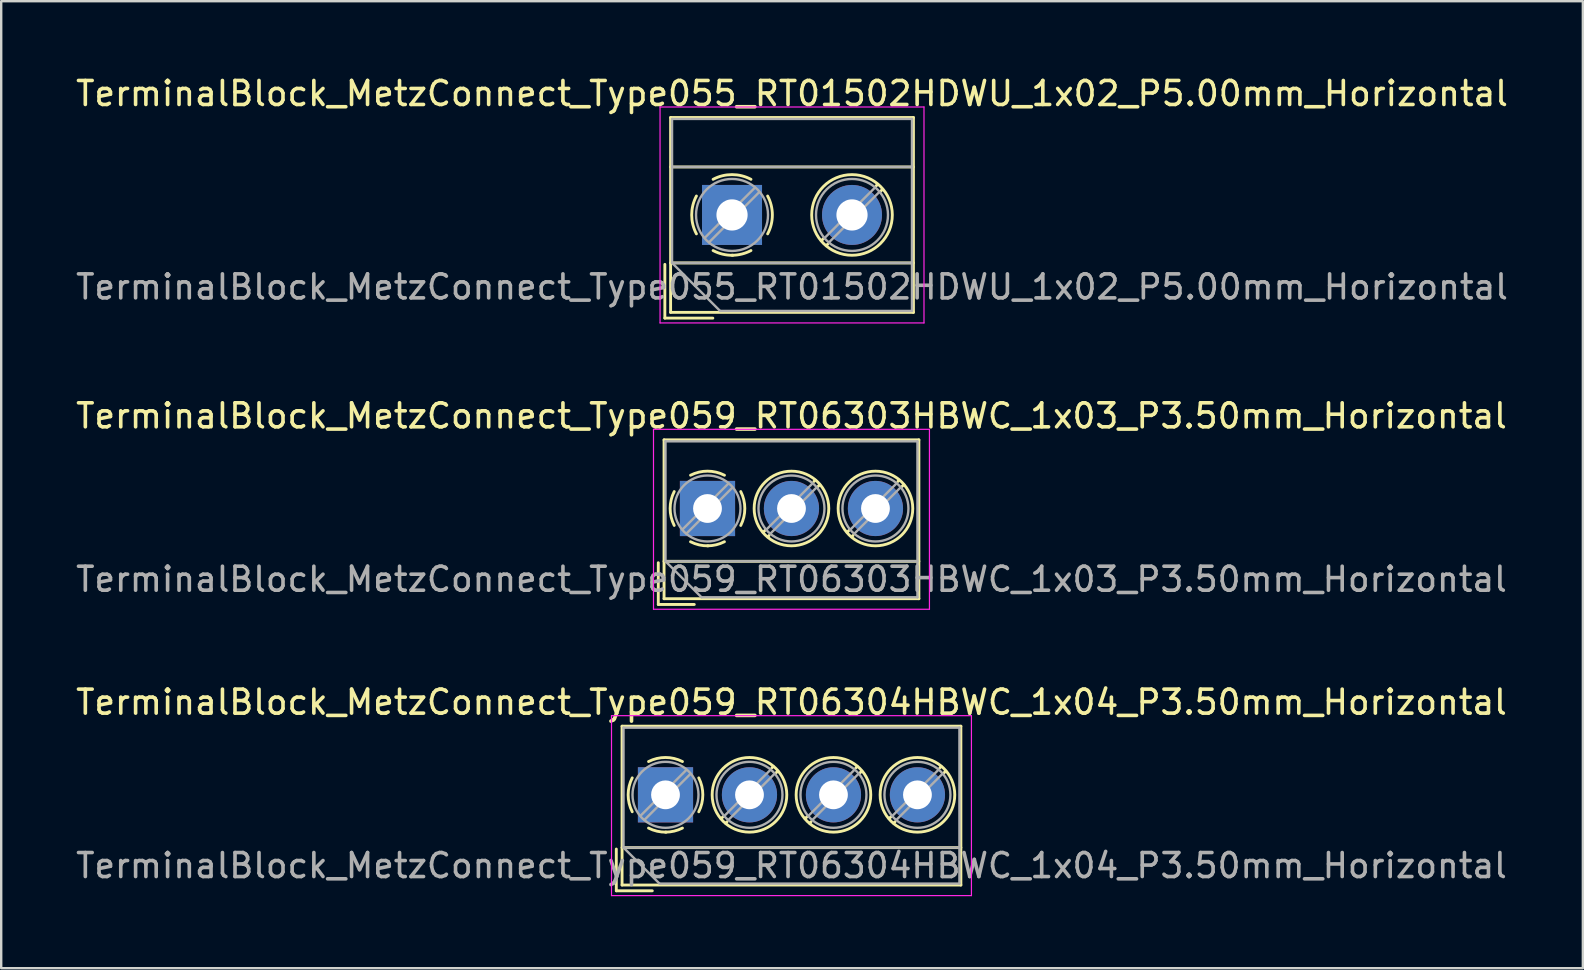
<source format=kicad_pcb>
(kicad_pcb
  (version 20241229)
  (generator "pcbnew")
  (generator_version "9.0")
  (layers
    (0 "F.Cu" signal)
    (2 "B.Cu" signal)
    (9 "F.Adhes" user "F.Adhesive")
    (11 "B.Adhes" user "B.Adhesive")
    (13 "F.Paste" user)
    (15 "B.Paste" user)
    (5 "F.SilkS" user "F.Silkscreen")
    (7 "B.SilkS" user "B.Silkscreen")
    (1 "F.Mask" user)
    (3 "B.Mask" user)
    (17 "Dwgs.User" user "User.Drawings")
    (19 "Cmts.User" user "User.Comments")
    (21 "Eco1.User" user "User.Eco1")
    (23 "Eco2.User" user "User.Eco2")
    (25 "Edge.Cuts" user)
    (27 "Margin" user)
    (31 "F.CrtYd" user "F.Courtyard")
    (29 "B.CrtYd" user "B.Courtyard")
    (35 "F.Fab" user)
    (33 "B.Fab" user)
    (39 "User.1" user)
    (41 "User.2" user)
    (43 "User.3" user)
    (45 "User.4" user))
  (footprint "TerminalBlock_MetzConnect_Type055_RT01502HDWU_1x02_P5.00mm_Horizontal"
    (layer "F.Cu")
    (at 27.458 5.908)
    (property "Reference" "TerminalBlock_MetzConnect_Type055_RT01502HDWU_1x02_P5.00mm_Horizontal" (at 2.5 -5.06 0) (layer "F.SilkS") (effects (font (size 1 1) (thickness 0.15))))
    (attr through_hole)
    (fp_line (start -2.8 2.06) (end -2.8 4.3) (stroke (width 0.12) (type solid)) (layer "F.SilkS"))
    (fp_line (start -2.8 4.3) (end -0.8 4.3) (stroke (width 0.12) (type solid)) (layer "F.SilkS"))
    (fp_line (start -2.56 -4.06) (end -2.56 4.06) (stroke (width 0.12) (type solid)) (layer "F.SilkS"))
    (fp_line (start -2.56 -4.06) (end 7.56 -4.06) (stroke (width 0.12) (type solid)) (layer "F.SilkS"))
    (fp_line (start -2.56 -2) (end 7.56 -2) (stroke (width 0.12) (type solid)) (layer "F.SilkS"))
    (fp_line (start -2.56 2) (end 7.56 2) (stroke (width 0.12) (type solid)) (layer "F.SilkS"))
    (fp_line (start -2.56 4.06) (end 7.56 4.06) (stroke (width 0.12) (type solid)) (layer "F.SilkS"))
    (fp_line (start 3.82 0.976) (end 3.726 1.069) (stroke (width 0.12) (type solid)) (layer "F.SilkS"))
    (fp_line (start 3.99 1.216) (end 3.931 1.274) (stroke (width 0.12) (type solid)) (layer "F.SilkS"))
    (fp_line (start 6.07 -1.275) (end 6.011 -1.216) (stroke (width 0.12) (type solid)) (layer "F.SilkS"))
    (fp_line (start 6.275 -1.069) (end 6.181 -0.976) (stroke (width 0.12) (type solid)) (layer "F.SilkS"))
    (fp_line (start 7.56 -4.06) (end 7.56 4.06) (stroke (width 0.12) (type solid)) (layer "F.SilkS"))
    (fp_arc (start -1.483953 0.789089) (mid -1.680708 0.00005) (end -1.484 -0.789) (stroke (width 0.12) (type solid)) (layer "F.SilkS"))
    (fp_arc (start -0.789089 -1.483953) (mid -0.00005 -1.680708) (end 0.789 -1.484) (stroke (width 0.12) (type solid)) (layer "F.SilkS"))
    (fp_arc (start 0.029383 1.68045) (mid -0.392304 1.634281) (end -0.789 1.484) (stroke (width 0.12) (type solid)) (layer "F.SilkS"))
    (fp_arc (start 0.788712 1.483352) (mid 0.406429 1.630097) (end 0 1.68) (stroke (width 0.12) (type solid)) (layer "F.SilkS"))
    (fp_arc (start 1.483953 -0.789089) (mid 1.680708 -0.00005) (end 1.484 0.789) (stroke (width 0.12) (type solid)) (layer "F.SilkS"))
    (fp_circle (center 5 0) (end 6.68 0) (stroke (width 0.12) (type solid)) (fill no) (layer "F.SilkS"))
    (fp_line (start -3 -4.5) (end -3 4.5) (stroke (width 0.05) (type solid)) (layer "F.CrtYd"))
    (fp_line (start -3 4.5) (end 8 4.5) (stroke (width 0.05) (type solid)) (layer "F.CrtYd"))
    (fp_line (start 8 -4.5) (end -3 -4.5) (stroke (width 0.05) (type solid)) (layer "F.CrtYd"))
    (fp_line (start 8 4.5) (end 8 -4.5) (stroke (width 0.05) (type solid)) (layer "F.CrtYd"))
    (fp_line (start -2.5 -4) (end 7.5 -4) (stroke (width 0.1) (type solid)) (layer "F.Fab"))
    (fp_line (start -2.5 -2) (end 7.5 -2) (stroke (width 0.1) (type solid)) (layer "F.Fab"))
    (fp_line (start -2.5 2) (end -2.5 -4) (stroke (width 0.1) (type solid)) (layer "F.Fab"))
    (fp_line (start -2.5 2) (end 7.5 2) (stroke (width 0.1) (type solid)) (layer "F.Fab"))
    (fp_line (start -0.5 4) (end -2.5 2) (stroke (width 0.1) (type solid)) (layer "F.Fab"))
    (fp_line (start 0.955 -1.138) (end -1.138 0.955) (stroke (width 0.1) (type solid)) (layer "F.Fab"))
    (fp_line (start 1.138 -0.955) (end -0.955 1.138) (stroke (width 0.1) (type solid)) (layer "F.Fab"))
    (fp_line (start 5.955 -1.138) (end 3.863 0.955) (stroke (width 0.1) (type solid)) (layer "F.Fab"))
    (fp_line (start 6.138 -0.955) (end 4.046 1.138) (stroke (width 0.1) (type solid)) (layer "F.Fab"))
    (fp_line (start 7.5 -4) (end 7.5 4) (stroke (width 0.1) (type solid)) (layer "F.Fab"))
    (fp_line (start 7.5 4) (end -0.5 4) (stroke (width 0.1) (type solid)) (layer "F.Fab"))
    (fp_circle (center 0 0) (end 1.5 0) (stroke (width 0.1) (type solid)) (fill no) (layer "F.Fab"))
    (fp_circle (center 5 0) (end 6.5 0) (stroke (width 0.1) (type solid)) (fill no) (layer "F.Fab"))
    (fp_text user "${REFERENCE}" (at 2.5 3 0) (layer "F.Fab") (effects (font (size 1 1) (thickness 0.15))))
    (pad "1" thru_hole rect (at 0 0) (size 2.5 2.5) (drill 1.3) (layers "*.Cu" "*.Mask"))
    (pad "2" thru_hole circle (at 5 0) (size 2.5 2.5) (drill 1.3) (layers "*.Cu" "*.Mask")))
  (footprint "TerminalBlock_MetzConnect_Type059_RT06303HBWC_1x03_P3.50mm_Horizontal"
    (layer "F.Cu")
    (at 26.435 18.142)
    (property "Reference" "TerminalBlock_MetzConnect_Type059_RT06303HBWC_1x03_P3.50mm_Horizontal" (at 3.5 -3.86 0) (layer "F.SilkS") (effects (font (size 1 1) (thickness 0.15))))
    (attr through_hole)
    (fp_line (start -2.05 2.26) (end -2.05 4) (stroke (width 0.12) (type solid)) (layer "F.SilkS"))
    (fp_line (start -2.05 4) (end -0.55 4) (stroke (width 0.12) (type solid)) (layer "F.SilkS"))
    (fp_line (start -1.81 -2.86) (end -1.81 3.76) (stroke (width 0.12) (type solid)) (layer "F.SilkS"))
    (fp_line (start -1.81 -2.86) (end 8.81 -2.86) (stroke (width 0.12) (type solid)) (layer "F.SilkS"))
    (fp_line (start -1.81 2.2) (end 8.81 2.2) (stroke (width 0.12) (type solid)) (layer "F.SilkS"))
    (fp_line (start -1.81 3.76) (end 8.81 3.76) (stroke (width 0.12) (type solid)) (layer "F.SilkS"))
    (fp_line (start 2.397 0.914) (end 2.321 0.99) (stroke (width 0.12) (type solid)) (layer "F.SilkS"))
    (fp_line (start 2.565 1.125) (end 2.511 1.18) (stroke (width 0.12) (type solid)) (layer "F.SilkS"))
    (fp_line (start 4.49 -1.18) (end 4.436 -1.126) (stroke (width 0.12) (type solid)) (layer "F.SilkS"))
    (fp_line (start 4.68 -0.99) (end 4.604 -0.914) (stroke (width 0.12) (type solid)) (layer "F.SilkS"))
    (fp_line (start 5.897 0.914) (end 5.821 0.99) (stroke (width 0.12) (type solid)) (layer "F.SilkS"))
    (fp_line (start 6.065 1.125) (end 6.011 1.18) (stroke (width 0.12) (type solid)) (layer "F.SilkS"))
    (fp_line (start 7.99 -1.18) (end 7.936 -1.126) (stroke (width 0.12) (type solid)) (layer "F.SilkS"))
    (fp_line (start 8.18 -0.99) (end 8.104 -0.914) (stroke (width 0.12) (type solid)) (layer "F.SilkS"))
    (fp_line (start 8.81 -2.86) (end 8.81 3.76) (stroke (width 0.12) (type solid)) (layer "F.SilkS"))
    (fp_arc (start -1.386645 0.705733) (mid -1.555906 -0.000711) (end -1.386 -0.707) (stroke (width 0.12) (type solid)) (layer "F.SilkS"))
    (fp_arc (start -0.705733 -1.386645) (mid 0.000711 -1.555906) (end 0.707 -1.386) (stroke (width 0.12) (type solid)) (layer "F.SilkS"))
    (fp_arc (start 0.026444 1.555682) (mid -0.350695 1.515869) (end -0.707 1.386) (stroke (width 0.12) (type solid)) (layer "F.SilkS"))
    (fp_arc (start 0.705955 1.385515) (mid 0.363007 1.512035) (end 0 1.555) (stroke (width 0.12) (type solid)) (layer "F.SilkS"))
    (fp_arc (start 1.386645 -0.705733) (mid 1.555906 0.000711) (end 1.386 0.707) (stroke (width 0.12) (type solid)) (layer "F.SilkS"))
    (fp_circle (center 3.5 0) (end 5.055 0) (stroke (width 0.12) (type solid)) (fill no) (layer "F.SilkS"))
    (fp_circle (center 7 0) (end 8.555 0) (stroke (width 0.12) (type solid)) (fill no) (layer "F.SilkS"))
    (fp_line (start -2.25 -3.3) (end -2.25 4.2) (stroke (width 0.05) (type solid)) (layer "F.CrtYd"))
    (fp_line (start -2.25 4.2) (end 9.25 4.2) (stroke (width 0.05) (type solid)) (layer "F.CrtYd"))
    (fp_line (start 9.25 -3.3) (end -2.25 -3.3) (stroke (width 0.05) (type solid)) (layer "F.CrtYd"))
    (fp_line (start 9.25 4.2) (end 9.25 -3.3) (stroke (width 0.05) (type solid)) (layer "F.CrtYd"))
    (fp_line (start -1.75 -2.8) (end 8.75 -2.8) (stroke (width 0.1) (type solid)) (layer "F.Fab"))
    (fp_line (start -1.75 2.2) (end -1.75 -2.8) (stroke (width 0.1) (type solid)) (layer "F.Fab"))
    (fp_line (start -1.75 2.2) (end 8.75 2.2) (stroke (width 0.1) (type solid)) (layer "F.Fab"))
    (fp_line (start -0.25 3.7) (end -1.75 2.2) (stroke (width 0.1) (type solid)) (layer "F.Fab"))
    (fp_line (start 0.876 -1.043) (end -1.043 0.875) (stroke (width 0.1) (type solid)) (layer "F.Fab"))
    (fp_line (start 1.043 -0.875) (end -0.876 1.043) (stroke (width 0.1) (type solid)) (layer "F.Fab"))
    (fp_line (start 4.376 -1.043) (end 2.458 0.875) (stroke (width 0.1) (type solid)) (layer "F.Fab"))
    (fp_line (start 4.543 -0.875) (end 2.625 1.043) (stroke (width 0.1) (type solid)) (layer "F.Fab"))
    (fp_line (start 7.876 -1.043) (end 5.958 0.875) (stroke (width 0.1) (type solid)) (layer "F.Fab"))
    (fp_line (start 8.043 -0.875) (end 6.125 1.043) (stroke (width 0.1) (type solid)) (layer "F.Fab"))
    (fp_line (start 8.75 -2.8) (end 8.75 3.7) (stroke (width 0.1) (type solid)) (layer "F.Fab"))
    (fp_line (start 8.75 3.7) (end -0.25 3.7) (stroke (width 0.1) (type solid)) (layer "F.Fab"))
    (fp_circle (center 0 0) (end 1.375 0) (stroke (width 0.1) (type solid)) (fill no) (layer "F.Fab"))
    (fp_circle (center 3.5 0) (end 4.875 0) (stroke (width 0.1) (type solid)) (fill no) (layer "F.Fab"))
    (fp_circle (center 7 0) (end 8.375 0) (stroke (width 0.1) (type solid)) (fill no) (layer "F.Fab"))
    (fp_text user "${REFERENCE}" (at 3.5 2.95 0) (layer "F.Fab") (effects (font (size 1 1) (thickness 0.15))))
    (pad "1" thru_hole rect (at 0 0) (size 2.3 2.3) (drill 1.2) (layers "*.Cu" "*.Mask"))
    (pad "2" thru_hole circle (at 3.5 0) (size 2.3 2.3) (drill 1.2) (layers "*.Cu" "*.Mask"))
    (pad "3" thru_hole circle (at 7 0) (size 2.3 2.3) (drill 1.2) (layers "*.Cu" "*.Mask")))
  (footprint "TerminalBlock_MetzConnect_Type059_RT06304HBWC_1x04_P3.50mm_Horizontal"
    (layer "F.Cu")
    (at 24.685 30.075)
    (property "Reference" "TerminalBlock_MetzConnect_Type059_RT06304HBWC_1x04_P3.50mm_Horizontal" (at 5.25 -3.86 0) (layer "F.SilkS") (effects (font (size 1 1) (thickness 0.15))))
    (attr through_hole)
    (fp_line (start -2.05 2.26) (end -2.05 4) (stroke (width 0.12) (type solid)) (layer "F.SilkS"))
    (fp_line (start -2.05 4) (end -0.55 4) (stroke (width 0.12) (type solid)) (layer "F.SilkS"))
    (fp_line (start -1.81 -2.86) (end -1.81 3.76) (stroke (width 0.12) (type solid)) (layer "F.SilkS"))
    (fp_line (start -1.81 -2.86) (end 12.31 -2.86) (stroke (width 0.12) (type solid)) (layer "F.SilkS"))
    (fp_line (start -1.81 2.2) (end 12.31 2.2) (stroke (width 0.12) (type solid)) (layer "F.SilkS"))
    (fp_line (start -1.81 3.76) (end 12.31 3.76) (stroke (width 0.12) (type solid)) (layer "F.SilkS"))
    (fp_line (start 2.397 0.914) (end 2.321 0.99) (stroke (width 0.12) (type solid)) (layer "F.SilkS"))
    (fp_line (start 2.565 1.125) (end 2.511 1.18) (stroke (width 0.12) (type solid)) (layer "F.SilkS"))
    (fp_line (start 4.49 -1.18) (end 4.436 -1.126) (stroke (width 0.12) (type solid)) (layer "F.SilkS"))
    (fp_line (start 4.68 -0.99) (end 4.604 -0.914) (stroke (width 0.12) (type solid)) (layer "F.SilkS"))
    (fp_line (start 5.897 0.914) (end 5.821 0.99) (stroke (width 0.12) (type solid)) (layer "F.SilkS"))
    (fp_line (start 6.065 1.125) (end 6.011 1.18) (stroke (width 0.12) (type solid)) (layer "F.SilkS"))
    (fp_line (start 7.99 -1.18) (end 7.936 -1.126) (stroke (width 0.12) (type solid)) (layer "F.SilkS"))
    (fp_line (start 8.18 -0.99) (end 8.104 -0.914) (stroke (width 0.12) (type solid)) (layer "F.SilkS"))
    (fp_line (start 9.397 0.914) (end 9.321 0.99) (stroke (width 0.12) (type solid)) (layer "F.SilkS"))
    (fp_line (start 9.565 1.125) (end 9.511 1.18) (stroke (width 0.12) (type solid)) (layer "F.SilkS"))
    (fp_line (start 11.49 -1.18) (end 11.436 -1.126) (stroke (width 0.12) (type solid)) (layer "F.SilkS"))
    (fp_line (start 11.68 -0.99) (end 11.604 -0.914) (stroke (width 0.12) (type solid)) (layer "F.SilkS"))
    (fp_line (start 12.31 -2.86) (end 12.31 3.76) (stroke (width 0.12) (type solid)) (layer "F.SilkS"))
    (fp_arc (start -1.386645 0.705733) (mid -1.555906 -0.000711) (end -1.386 -0.707) (stroke (width 0.12) (type solid)) (layer "F.SilkS"))
    (fp_arc (start -0.705733 -1.386645) (mid 0.000711 -1.555906) (end 0.707 -1.386) (stroke (width 0.12) (type solid)) (layer "F.SilkS"))
    (fp_arc (start 0.026444 1.555682) (mid -0.350695 1.515869) (end -0.707 1.386) (stroke (width 0.12) (type solid)) (layer "F.SilkS"))
    (fp_arc (start 0.705955 1.385515) (mid 0.363007 1.512035) (end 0 1.555) (stroke (width 0.12) (type solid)) (layer "F.SilkS"))
    (fp_arc (start 1.386645 -0.705733) (mid 1.555906 0.000711) (end 1.386 0.707) (stroke (width 0.12) (type solid)) (layer "F.SilkS"))
    (fp_circle (center 3.5 0) (end 5.055 0) (stroke (width 0.12) (type solid)) (fill no) (layer "F.SilkS"))
    (fp_circle (center 7 0) (end 8.555 0) (stroke (width 0.12) (type solid)) (fill no) (layer "F.SilkS"))
    (fp_circle (center 10.5 0) (end 12.055 0) (stroke (width 0.12) (type solid)) (fill no) (layer "F.SilkS"))
    (fp_line (start -2.25 -3.3) (end -2.25 4.2) (stroke (width 0.05) (type solid)) (layer "F.CrtYd"))
    (fp_line (start -2.25 4.2) (end 12.75 4.2) (stroke (width 0.05) (type solid)) (layer "F.CrtYd"))
    (fp_line (start 12.75 -3.3) (end -2.25 -3.3) (stroke (width 0.05) (type solid)) (layer "F.CrtYd"))
    (fp_line (start 12.75 4.2) (end 12.75 -3.3) (stroke (width 0.05) (type solid)) (layer "F.CrtYd"))
    (fp_line (start -1.75 -2.8) (end 12.25 -2.8) (stroke (width 0.1) (type solid)) (layer "F.Fab"))
    (fp_line (start -1.75 2.2) (end -1.75 -2.8) (stroke (width 0.1) (type solid)) (layer "F.Fab"))
    (fp_line (start -1.75 2.2) (end 12.25 2.2) (stroke (width 0.1) (type solid)) (layer "F.Fab"))
    (fp_line (start -0.25 3.7) (end -1.75 2.2) (stroke (width 0.1) (type solid)) (layer "F.Fab"))
    (fp_line (start 0.876 -1.043) (end -1.043 0.875) (stroke (width 0.1) (type solid)) (layer "F.Fab"))
    (fp_line (start 1.043 -0.875) (end -0.876 1.043) (stroke (width 0.1) (type solid)) (layer "F.Fab"))
    (fp_line (start 4.376 -1.043) (end 2.458 0.875) (stroke (width 0.1) (type solid)) (layer "F.Fab"))
    (fp_line (start 4.543 -0.875) (end 2.625 1.043) (stroke (width 0.1) (type solid)) (layer "F.Fab"))
    (fp_line (start 7.876 -1.043) (end 5.958 0.875) (stroke (width 0.1) (type solid)) (layer "F.Fab"))
    (fp_line (start 8.043 -0.875) (end 6.125 1.043) (stroke (width 0.1) (type solid)) (layer "F.Fab"))
    (fp_line (start 11.376 -1.043) (end 9.458 0.875) (stroke (width 0.1) (type solid)) (layer "F.Fab"))
    (fp_line (start 11.543 -0.875) (end 9.625 1.043) (stroke (width 0.1) (type solid)) (layer "F.Fab"))
    (fp_line (start 12.25 -2.8) (end 12.25 3.7) (stroke (width 0.1) (type solid)) (layer "F.Fab"))
    (fp_line (start 12.25 3.7) (end -0.25 3.7) (stroke (width 0.1) (type solid)) (layer "F.Fab"))
    (fp_circle (center 0 0) (end 1.375 0) (stroke (width 0.1) (type solid)) (fill no) (layer "F.Fab"))
    (fp_circle (center 3.5 0) (end 4.875 0) (stroke (width 0.1) (type solid)) (fill no) (layer "F.Fab"))
    (fp_circle (center 7 0) (end 8.375 0) (stroke (width 0.1) (type solid)) (fill no) (layer "F.Fab"))
    (fp_circle (center 10.5 0) (end 11.875 0) (stroke (width 0.1) (type solid)) (fill no) (layer "F.Fab"))
    (fp_text user "${REFERENCE}" (at 5.25 2.95 0) (layer "F.Fab") (effects (font (size 1 1) (thickness 0.15))))
    (pad "1" thru_hole rect (at 0 0) (size 2.3 2.3) (drill 1.2) (layers "*.Cu" "*.Mask"))
    (pad "2" thru_hole circle (at 3.5 0) (size 2.3 2.3) (drill 1.2) (layers "*.Cu" "*.Mask"))
    (pad "3" thru_hole circle (at 7 0) (size 2.3 2.3) (drill 1.2) (layers "*.Cu" "*.Mask"))
    (pad "4" thru_hole circle (at 10.5 0) (size 2.3 2.3) (drill 1.2) (layers "*.Cu" "*.Mask")))
  (gr_rect
    (start -3 -3)
    (end 62.917 37.3)
    (stroke (width 0.1) (type default))
    (fill no)
    (layer "Edge.Cuts")))
</source>
